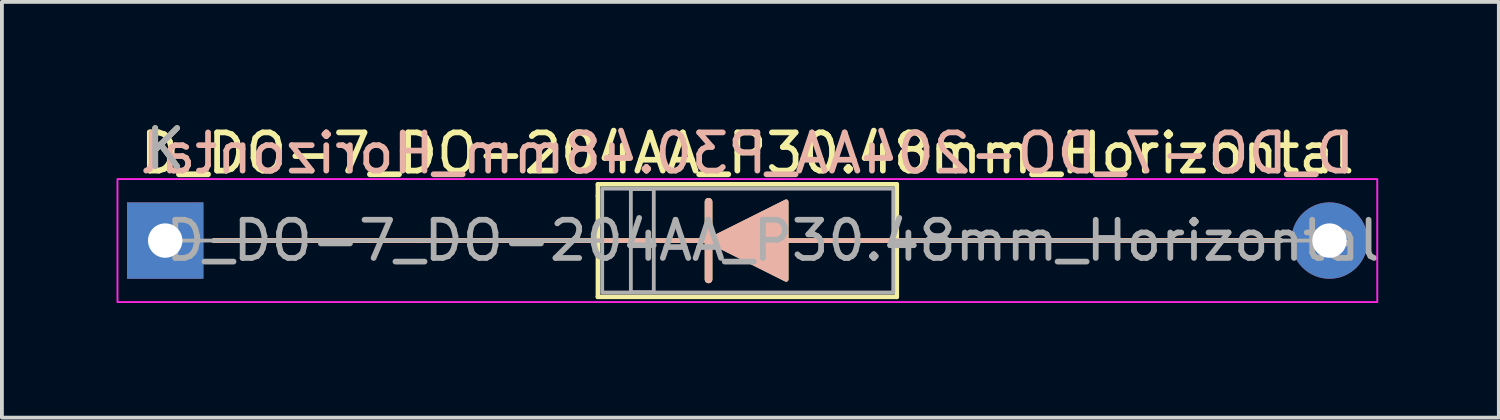
<source format=kicad_pcb>
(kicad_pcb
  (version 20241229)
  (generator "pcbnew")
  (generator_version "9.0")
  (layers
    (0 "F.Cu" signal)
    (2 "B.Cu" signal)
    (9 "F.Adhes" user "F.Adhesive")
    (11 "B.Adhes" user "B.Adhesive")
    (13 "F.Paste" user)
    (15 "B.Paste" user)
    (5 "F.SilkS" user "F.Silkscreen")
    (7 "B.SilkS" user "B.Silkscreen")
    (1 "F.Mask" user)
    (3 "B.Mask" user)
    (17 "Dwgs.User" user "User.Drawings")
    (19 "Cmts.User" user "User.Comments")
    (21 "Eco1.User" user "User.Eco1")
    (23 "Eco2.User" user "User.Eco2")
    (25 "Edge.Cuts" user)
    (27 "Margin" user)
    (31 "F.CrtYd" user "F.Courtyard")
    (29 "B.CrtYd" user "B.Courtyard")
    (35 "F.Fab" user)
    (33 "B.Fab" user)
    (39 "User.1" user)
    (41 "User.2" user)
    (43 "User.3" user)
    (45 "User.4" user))
  (footprint "D_DO-7_DO-204AA_P30.48mm_Horizontal"
    (layer "F.Cu")
    (at 1.275 3.248)
    (property "Reference" "D_DO-7_DO-204AA_P30.48mm_Horizontal" (at 15.24 -2.286 0) (layer "F.SilkS") (effects (font (size 1 1) (thickness 0.15))))
    (fp_line (start 1.27 0) (end 29.21 0) (stroke (width 0.12) (type default)) (layer "F.SilkS"))
    (fp_line (start 11.328 -1.473) (end 11.328 -1.168) (stroke (width 0.12) (type default)) (layer "F.SilkS"))
    (fp_line (start 11.328 -1.473) (end 19.152 -1.473) (stroke (width 0.12) (type default)) (layer "F.SilkS"))
    (fp_line (start 11.328 -1.168) (end 11.328 1.473) (stroke (width 0.12) (type default)) (layer "F.SilkS"))
    (fp_line (start 11.328 1.473) (end 19.152 1.473) (stroke (width 0.12) (type default)) (layer "F.SilkS"))
    (fp_line (start 14.224 -1.016) (end 14.224 1.016) (stroke (width 0.2) (type default)) (layer "F.SilkS"))
    (fp_line (start 19.152 -1.473) (end 19.152 -0.61) (stroke (width 0.12) (type default)) (layer "F.SilkS"))
    (fp_line (start 19.152 -0.61) (end 19.152 1.473) (stroke (width 0.12) (type default)) (layer "F.SilkS"))
    (fp_poly (pts (xy 16.256 1.016) (xy 14.224 0) (xy 16.256 -1.016)) (stroke (width 0.12) (type solid)) (fill yes) (layer "F.SilkS"))
    (fp_line (start 1.27 0) (end 29.21 0) (stroke (width 0.12) (type default)) (layer "B.SilkS"))
    (fp_line (start 14.224 1.016) (end 14.224 -1.016) (stroke (width 0.2) (type default)) (layer "B.SilkS"))
    (fp_poly (pts (xy 16.256 -1.016) (xy 14.224 0) (xy 16.256 1.016)) (stroke (width 0.12) (type solid)) (fill yes) (layer "B.SilkS"))
    (fp_rect (start -1.25 -1.61) (end 31.73 1.61) (stroke (width 0.05) (type default)) (fill no) (layer "F.CrtYd"))
    (fp_line (start 0 0) (end 11.44 0) (stroke (width 0.1) (type solid)) (layer "F.Fab"))
    (fp_line (start 30.48 0) (end 19.06 0) (stroke (width 0.1) (type solid)) (layer "F.Fab"))
    (fp_rect (start 11.44 -1.36) (end 19.06 1.36) (stroke (width 0.1) (type default)) (fill no) (layer "F.Fab"))
    (fp_rect (start 12.19 -1.35) (end 12.79 1.35) (stroke (width 0.1) (type solid)) (fill no) (layer "F.Fab"))
    (fp_text user "K" (at 0 -2.4 0) (layer "F.SilkS") (effects (font (size 1 1) (thickness 0.15))))
    (fp_text user "${REFERENCE}" (at 15.24 -2.286 0) (layer "B.SilkS") (effects (font (size 1 1) (thickness 0.15)) (justify mirror)))
    (fp_text user "${REFERENCE}" (at 15.908 0 0) (layer "F.Fab") (effects (font (size 1 1) (thickness 0.15))))
    (fp_text user "K" (at 0 -2.4 0) (layer "F.Fab") (effects (font (size 1 1) (thickness 0.15))))
    (pad "1" thru_hole rect (at 0 0) (size 2 2) (drill 0.9) (layers "*.Cu" "*.Mask"))
    (pad "2" thru_hole oval (at 30.48 0) (size 2 2) (drill 0.9) (layers "*.Cu" "*.Mask")))
  (gr_rect
    (start -3 -3)
    (end 36.188 7.883)
    (stroke (width 0.1) (type default))
    (fill no)
    (layer "Edge.Cuts")))
</source>
